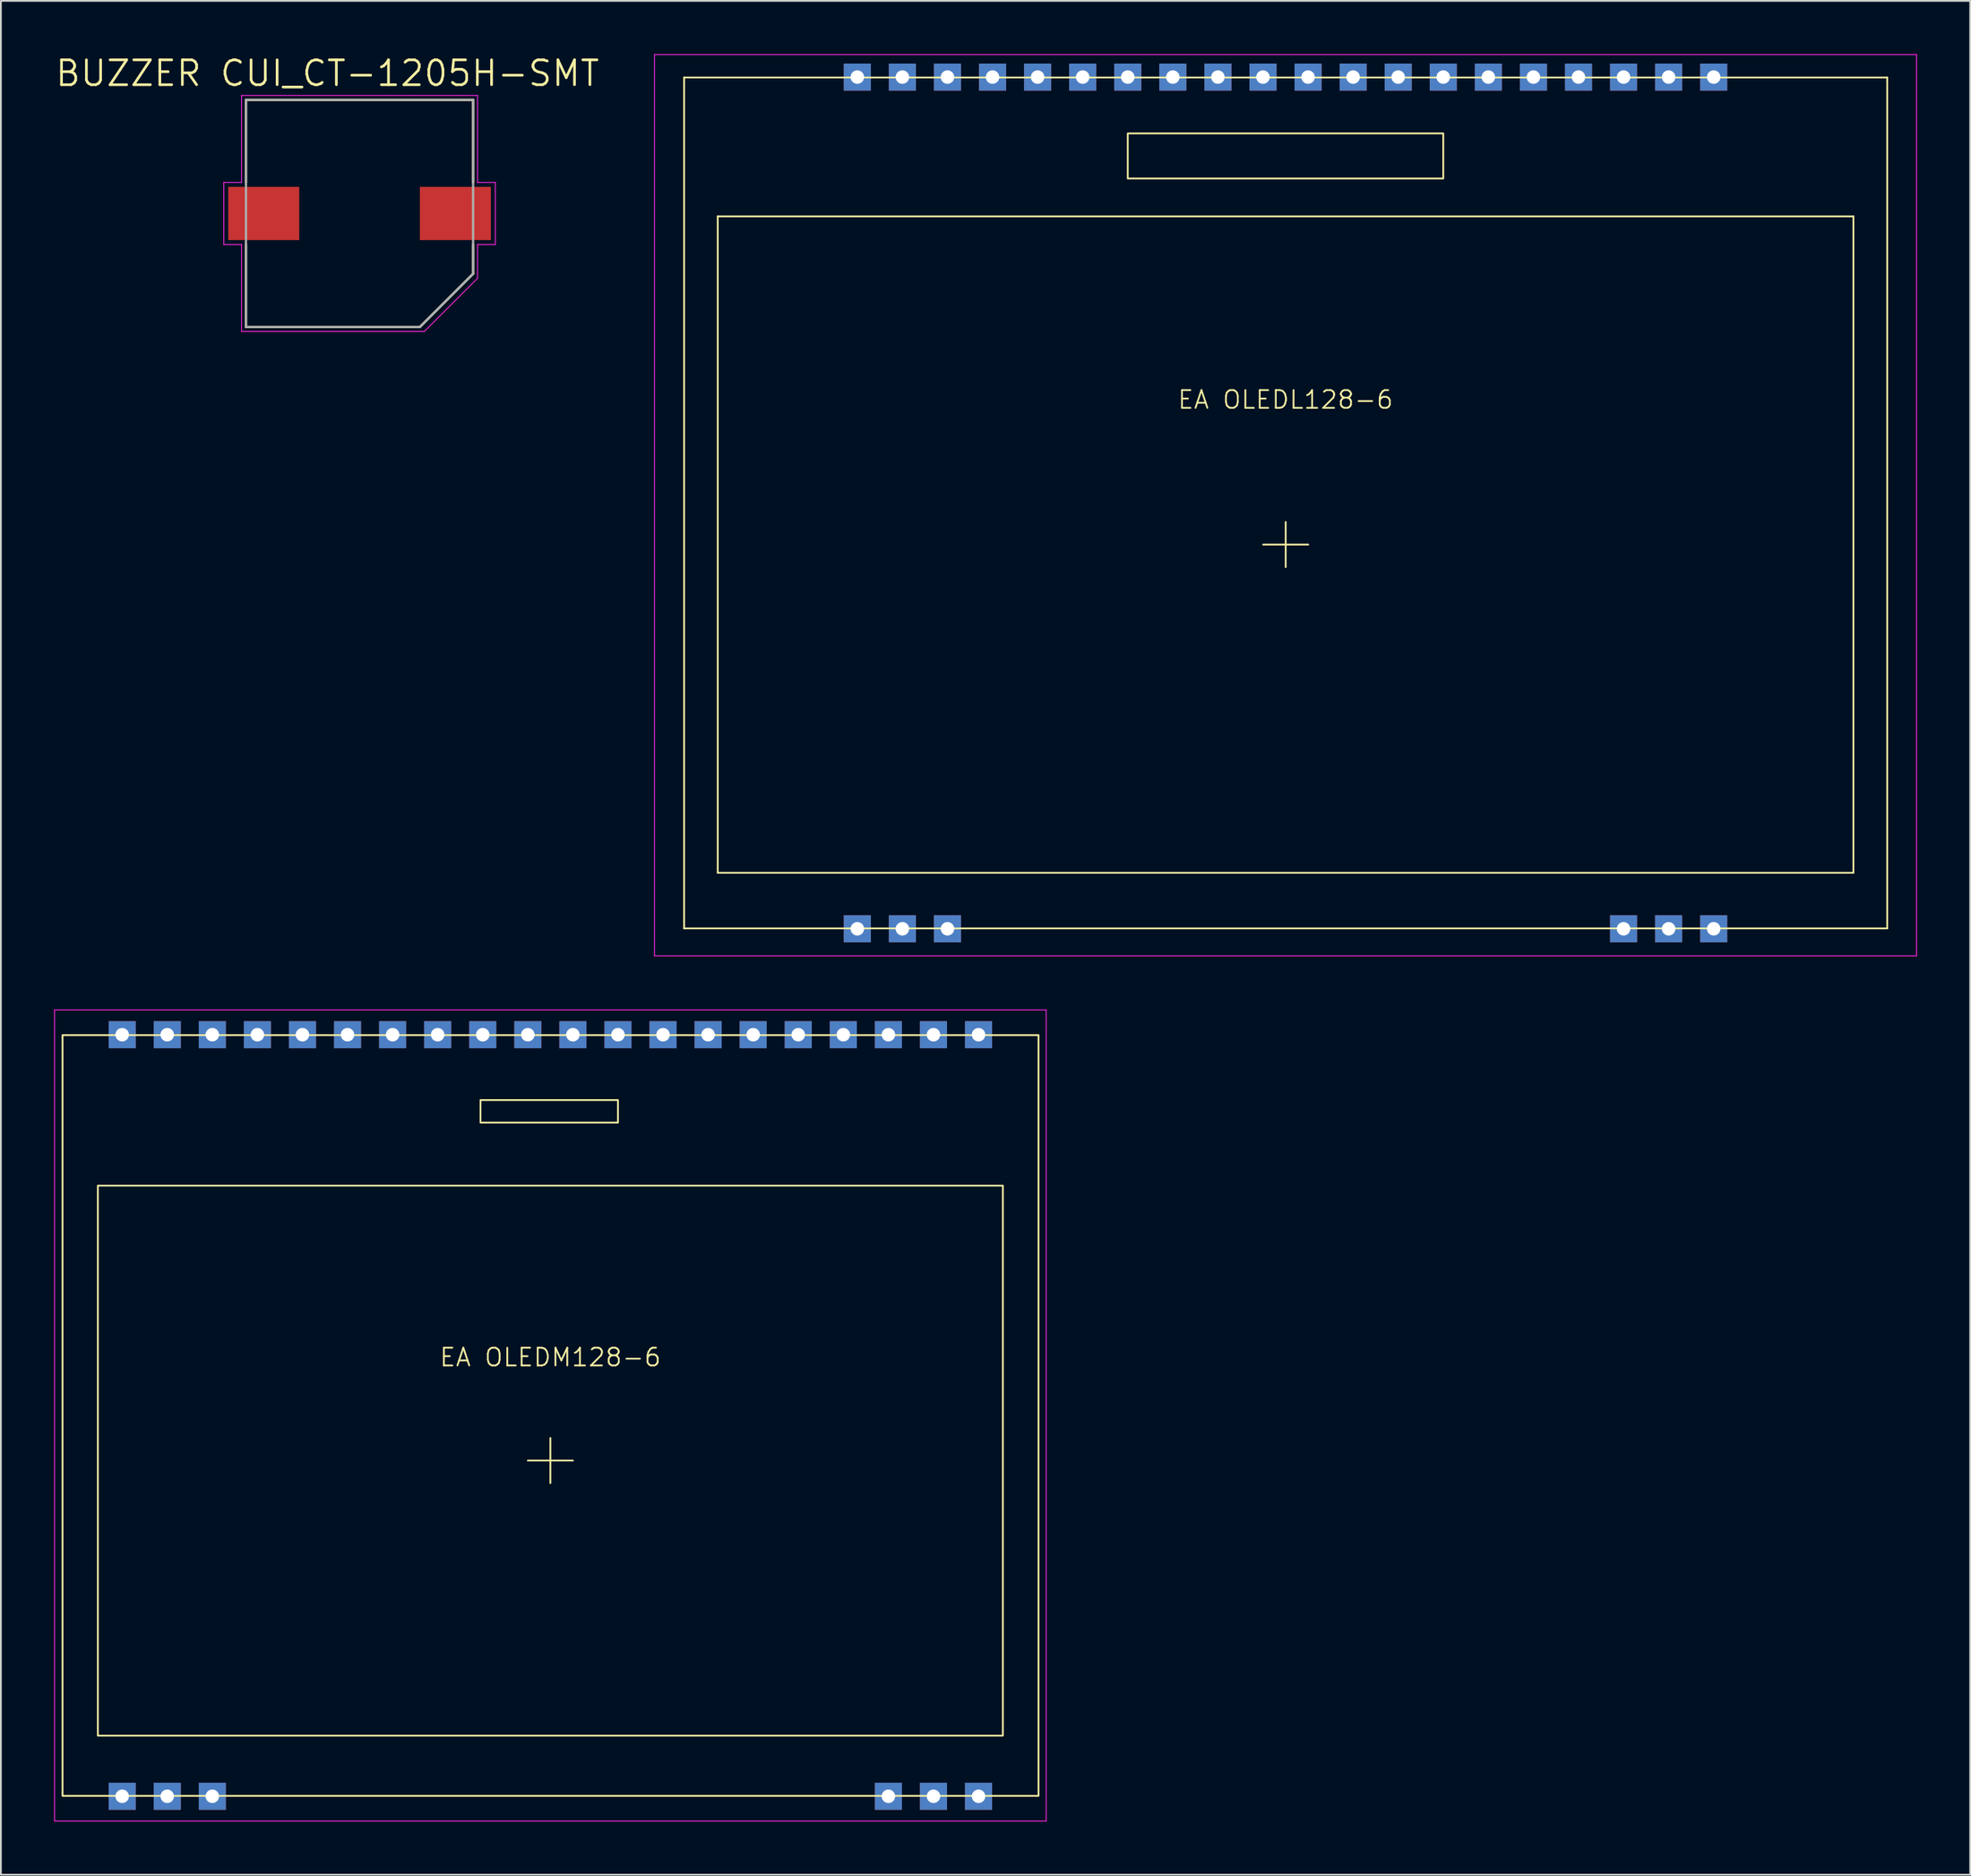
<source format=kicad_pcb>
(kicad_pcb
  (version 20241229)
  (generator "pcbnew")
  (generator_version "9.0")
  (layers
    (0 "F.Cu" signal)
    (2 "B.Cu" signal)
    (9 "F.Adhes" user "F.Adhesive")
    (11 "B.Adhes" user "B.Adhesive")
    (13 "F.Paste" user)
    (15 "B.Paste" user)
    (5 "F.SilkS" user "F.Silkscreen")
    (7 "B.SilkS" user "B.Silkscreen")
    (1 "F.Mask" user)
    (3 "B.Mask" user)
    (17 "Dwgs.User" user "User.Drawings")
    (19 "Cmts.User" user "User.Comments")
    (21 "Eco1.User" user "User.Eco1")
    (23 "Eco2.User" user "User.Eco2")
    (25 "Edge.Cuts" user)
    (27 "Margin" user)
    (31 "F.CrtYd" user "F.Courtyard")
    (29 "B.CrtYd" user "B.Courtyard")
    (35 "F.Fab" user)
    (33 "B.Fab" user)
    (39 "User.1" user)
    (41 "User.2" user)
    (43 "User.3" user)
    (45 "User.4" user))
  (footprint "EA OLEDM128-6"
    (layer "F.Cu")
    (at 27.965 79.275)
    (property "Reference" "EA OLEDM128-6" (at 0 -5.818 0) (unlocked yes) (layer "F.SilkS") (effects (font (size 1 1) (thickness 0.1))))
    (attr through_hole)
    (fp_line (start -1.27 0) (end 1.27 0) (stroke (width 0.1) (type default)) (layer "F.SilkS"))
    (fp_line (start 0 -1.27) (end 0 1.27) (stroke (width 0.1) (type default)) (layer "F.SilkS"))
    (fp_rect (start -27.491 -23.98) (end 27.509 18.9) (stroke (width 0.1) (type default)) (fill no) (layer "F.SilkS"))
    (fp_rect (start -25.5 -15.494) (end 25.5 15.506) (stroke (width 0.1) (type default)) (fill no) (layer "F.SilkS"))
    (fp_rect (start -3.937 -20.32) (end 3.81 -19.05) (stroke (width 0.1) (type default)) (fill no) (layer "F.SilkS"))
    (fp_line (start -27.94 -25.4) (end 27.94 -25.4) (stroke (width 0.05) (type default)) (layer "F.CrtYd"))
    (fp_line (start -27.94 20.32) (end -27.94 -25.4) (stroke (width 0.05) (type default)) (layer "F.CrtYd"))
    (fp_line (start 27.94 -25.4) (end 27.94 20.32) (stroke (width 0.05) (type default)) (layer "F.CrtYd"))
    (fp_line (start 27.94 20.32) (end -27.94 20.32) (stroke (width 0.05) (type default)) (layer "F.CrtYd"))
    (pad "1" thru_hole rect (at -24.13 18.923) (size 1.524 1.524) (drill 0.762) (layers "*.Cu" "*.Mask"))
    (pad "2" thru_hole rect (at -21.59 18.923) (size 1.524 1.524) (drill 0.762) (layers "*.Cu" "*.Mask"))
    (pad "3" thru_hole rect (at -19.05 18.923) (size 1.524 1.524) (drill 0.762) (layers "*.Cu" "*.Mask"))
    (pad "18" thru_hole rect (at 19.05 18.923) (size 1.524 1.524) (drill 0.762) (layers "*.Cu" "*.Mask"))
    (pad "19" thru_hole rect (at 21.59 18.923) (size 1.524 1.524) (drill 0.762) (layers "*.Cu" "*.Mask"))
    (pad "20" thru_hole rect (at 24.13 18.923) (size 1.524 1.524) (drill 0.762) (layers "*.Cu" "*.Mask"))
    (pad "21" thru_hole rect (at 24.13 -24.003) (size 1.524 1.524) (drill 0.762) (layers "*.Cu" "*.Mask"))
    (pad "22" thru_hole rect (at 21.59 -24.003) (size 1.524 1.524) (drill 0.762) (layers "*.Cu" "*.Mask"))
    (pad "23" thru_hole rect (at 19.05 -24.003) (size 1.524 1.524) (drill 0.762) (layers "*.Cu" "*.Mask"))
    (pad "24" thru_hole rect (at 16.51 -24.003) (size 1.524 1.524) (drill 0.762) (layers "*.Cu" "*.Mask"))
    (pad "25" thru_hole rect (at 13.97 -24.003) (size 1.524 1.524) (drill 0.762) (layers "*.Cu" "*.Mask"))
    (pad "26" thru_hole rect (at 11.43 -24.003) (size 1.524 1.524) (drill 0.762) (layers "*.Cu" "*.Mask"))
    (pad "27" thru_hole rect (at 8.89 -24.003) (size 1.524 1.524) (drill 0.762) (layers "*.Cu" "*.Mask"))
    (pad "28" thru_hole rect (at 6.35 -24.003) (size 1.524 1.524) (drill 0.762) (layers "*.Cu" "*.Mask"))
    (pad "29" thru_hole rect (at 3.81 -24.003) (size 1.524 1.524) (drill 0.762) (layers "*.Cu" "*.Mask"))
    (pad "30" thru_hole rect (at 1.27 -24.003) (size 1.524 1.524) (drill 0.762) (layers "*.Cu" "*.Mask"))
    (pad "31" thru_hole rect (at -1.27 -24.003) (size 1.524 1.524) (drill 0.762) (layers "*.Cu" "*.Mask"))
    (pad "32" thru_hole rect (at -3.81 -24.003) (size 1.524 1.524) (drill 0.762) (layers "*.Cu" "*.Mask"))
    (pad "33" thru_hole rect (at -6.35 -24.003) (size 1.524 1.524) (drill 0.762) (layers "*.Cu" "*.Mask"))
    (pad "34" thru_hole rect (at -8.89 -24.003) (size 1.524 1.524) (drill 0.762) (layers "*.Cu" "*.Mask"))
    (pad "35" thru_hole rect (at -11.43 -24.003) (size 1.524 1.524) (drill 0.762) (layers "*.Cu" "*.Mask"))
    (pad "36" thru_hole rect (at -13.97 -24.003) (size 1.524 1.524) (drill 0.762) (layers "*.Cu" "*.Mask"))
    (pad "37" thru_hole rect (at -16.51 -24.003) (size 1.524 1.524) (drill 0.762) (layers "*.Cu" "*.Mask"))
    (pad "38" thru_hole rect (at -19.05 -24.003) (size 1.524 1.524) (drill 0.762) (layers "*.Cu" "*.Mask"))
    (pad "39" thru_hole rect (at -21.59 -24.003) (size 1.524 1.524) (drill 0.762) (layers "*.Cu" "*.Mask"))
    (pad "40" thru_hole rect (at -24.13 -24.003) (size 1.524 1.524) (drill 0.762) (layers "*.Cu" "*.Mask")))
  (footprint "EA OLEDL128-6"
    (layer "F.Cu")
    (at 69.394 25.425)
    (property "Reference" "EA OLEDL128-6" (at 0 -5.945 0) (unlocked yes) (layer "F.SilkS") (effects (font (size 1 1) (thickness 0.1))))
    (attr through_hole)
    (fp_line (start -33.891 -24.107) (end 33.909 -24.107) (stroke (width 0.1) (type default)) (layer "F.SilkS"))
    (fp_line (start -33.891 23.853) (end -33.891 -24.107) (stroke (width 0.1) (type default)) (layer "F.SilkS"))
    (fp_line (start -31.996 -16.28) (end 32.004 -16.28) (stroke (width 0.1) (type default)) (layer "F.SilkS"))
    (fp_line (start -31.996 20.72) (end -31.996 -16.28) (stroke (width 0.1) (type default)) (layer "F.SilkS"))
    (fp_line (start -1.26 2.22) (end 1.28 2.22) (stroke (width 0.1) (type default)) (layer "F.SilkS"))
    (fp_line (start 0.01 0.95) (end 0.01 3.49) (stroke (width 0.1) (type default)) (layer "F.SilkS"))
    (fp_line (start 32.004 -16.28) (end 32.004 20.72) (stroke (width 0.1) (type default)) (layer "F.SilkS"))
    (fp_line (start 32.004 20.72) (end -31.996 20.72) (stroke (width 0.1) (type default)) (layer "F.SilkS"))
    (fp_line (start 33.909 -24.107) (end 33.909 23.853) (stroke (width 0.1) (type default)) (layer "F.SilkS"))
    (fp_line (start 33.909 23.853) (end -33.891 23.853) (stroke (width 0.1) (type default)) (layer "F.SilkS"))
    (fp_rect (start -8.89 -20.955) (end 8.89 -18.415) (stroke (width 0.1) (type default)) (fill no) (layer "F.SilkS"))
    (fp_line (start -35.56 -25.4) (end 35.56 -25.4) (stroke (width 0.05) (type default)) (layer "F.CrtYd"))
    (fp_line (start -35.56 25.4) (end -35.56 -25.4) (stroke (width 0.05) (type default)) (layer "F.CrtYd"))
    (fp_line (start 35.56 -25.4) (end 35.56 25.4) (stroke (width 0.05) (type default)) (layer "F.CrtYd"))
    (fp_line (start 35.56 25.4) (end -35.56 25.4) (stroke (width 0.05) (type default)) (layer "F.CrtYd"))
    (pad "1" thru_hole rect (at -24.13 23.876) (size 1.524 1.524) (drill 0.762) (layers "*.Cu" "*.Mask"))
    (pad "2" thru_hole rect (at -21.59 23.876) (size 1.524 1.524) (drill 0.762) (layers "*.Cu" "*.Mask"))
    (pad "3" thru_hole rect (at -19.05 23.876) (size 1.524 1.524) (drill 0.762) (layers "*.Cu" "*.Mask"))
    (pad "18" thru_hole rect (at 19.05 23.876) (size 1.524 1.524) (drill 0.762) (layers "*.Cu" "*.Mask"))
    (pad "19" thru_hole rect (at 21.59 23.876) (size 1.524 1.524) (drill 0.762) (layers "*.Cu" "*.Mask"))
    (pad "20" thru_hole rect (at 24.13 23.876) (size 1.524 1.524) (drill 0.762) (layers "*.Cu" "*.Mask"))
    (pad "21" thru_hole rect (at 24.13 -24.13) (size 1.524 1.524) (drill 0.762) (layers "*.Cu" "*.Mask"))
    (pad "22" thru_hole rect (at 21.59 -24.13) (size 1.524 1.524) (drill 0.762) (layers "*.Cu" "*.Mask"))
    (pad "23" thru_hole rect (at 19.05 -24.13) (size 1.524 1.524) (drill 0.762) (layers "*.Cu" "*.Mask"))
    (pad "24" thru_hole rect (at 16.51 -24.13) (size 1.524 1.524) (drill 0.762) (layers "*.Cu" "*.Mask"))
    (pad "25" thru_hole rect (at 13.97 -24.13) (size 1.524 1.524) (drill 0.762) (layers "*.Cu" "*.Mask"))
    (pad "26" thru_hole rect (at 11.43 -24.13) (size 1.524 1.524) (drill 0.762) (layers "*.Cu" "*.Mask"))
    (pad "27" thru_hole rect (at 8.89 -24.13) (size 1.524 1.524) (drill 0.762) (layers "*.Cu" "*.Mask"))
    (pad "28" thru_hole rect (at 6.35 -24.13) (size 1.524 1.524) (drill 0.762) (layers "*.Cu" "*.Mask"))
    (pad "29" thru_hole rect (at 3.81 -24.13) (size 1.524 1.524) (drill 0.762) (layers "*.Cu" "*.Mask"))
    (pad "30" thru_hole rect (at 1.27 -24.13) (size 1.524 1.524) (drill 0.762) (layers "*.Cu" "*.Mask"))
    (pad "31" thru_hole rect (at -1.27 -24.13) (size 1.524 1.524) (drill 0.762) (layers "*.Cu" "*.Mask"))
    (pad "32" thru_hole rect (at -3.81 -24.13) (size 1.524 1.524) (drill 0.762) (layers "*.Cu" "*.Mask"))
    (pad "33" thru_hole rect (at -6.35 -24.13) (size 1.524 1.524) (drill 0.762) (layers "*.Cu" "*.Mask"))
    (pad "34" thru_hole rect (at -8.89 -24.13) (size 1.524 1.524) (drill 0.762) (layers "*.Cu" "*.Mask"))
    (pad "35" thru_hole rect (at -11.43 -24.13) (size 1.524 1.524) (drill 0.762) (layers "*.Cu" "*.Mask"))
    (pad "36" thru_hole rect (at -13.97 -24.13) (size 1.524 1.524) (drill 0.762) (layers "*.Cu" "*.Mask"))
    (pad "37" thru_hole rect (at -16.51 -24.13) (size 1.524 1.524) (drill 0.762) (layers "*.Cu" "*.Mask"))
    (pad "38" thru_hole rect (at -19.05 -24.13) (size 1.524 1.524) (drill 0.762) (layers "*.Cu" "*.Mask"))
    (pad "39" thru_hole rect (at -21.59 -24.13) (size 1.524 1.524) (drill 0.762) (layers "*.Cu" "*.Mask"))
    (pad "40" thru_hole rect (at -24.13 -24.13) (size 1.524 1.524) (drill 0.762) (layers "*.Cu" "*.Mask")))
  (footprint "BUZZER CUI_CT-1205H-SMT"
    (layer "F.Cu")
    (at 17.212 8.982)
    (property "Reference" "BUZZER CUI_CT-1205H-SMT" (at -1.807 -7.899 0) (layer "F.SilkS") (effects (font (size 1.402 1.402) (thickness 0.15))))
    (attr smd)
    (fp_line (start -6.4 -6.4) (end 6.4 -6.4) (stroke (width 0.127) (type solid)) (layer "F.SilkS"))
    (fp_line (start -6.4 -1.75) (end -6.4 -6.4) (stroke (width 0.127) (type solid)) (layer "F.SilkS"))
    (fp_line (start -6.4 6.4) (end -6.4 1.75) (stroke (width 0.127) (type solid)) (layer "F.SilkS"))
    (fp_line (start 3.4 6.4) (end -6.4 6.4) (stroke (width 0.127) (type solid)) (layer "F.SilkS"))
    (fp_line (start 6.4 -6.4) (end 6.4 -1.75) (stroke (width 0.127) (type solid)) (layer "F.SilkS"))
    (fp_line (start 6.4 1.75) (end 6.4 3.4) (stroke (width 0.127) (type solid)) (layer "F.SilkS"))
    (fp_line (start 6.4 3.4) (end 3.4 6.4) (stroke (width 0.127) (type solid)) (layer "F.SilkS"))
    (fp_line (start -7.65 -1.75) (end -6.65 -1.75) (stroke (width 0.05) (type solid)) (layer "F.CrtYd"))
    (fp_line (start -7.65 1.75) (end -7.65 -1.75) (stroke (width 0.05) (type solid)) (layer "F.CrtYd"))
    (fp_line (start -6.65 -6.65) (end 6.65 -6.65) (stroke (width 0.05) (type solid)) (layer "F.CrtYd"))
    (fp_line (start -6.65 -1.75) (end -6.65 -6.65) (stroke (width 0.05) (type solid)) (layer "F.CrtYd"))
    (fp_line (start -6.65 1.75) (end -7.65 1.75) (stroke (width 0.05) (type solid)) (layer "F.CrtYd"))
    (fp_line (start -6.65 6.65) (end -6.65 1.75) (stroke (width 0.05) (type solid)) (layer "F.CrtYd"))
    (fp_line (start 3.65 6.65) (end -6.65 6.65) (stroke (width 0.05) (type solid)) (layer "F.CrtYd"))
    (fp_line (start 6.65 -6.65) (end 6.65 -1.75) (stroke (width 0.05) (type solid)) (layer "F.CrtYd"))
    (fp_line (start 6.65 -1.75) (end 7.65 -1.75) (stroke (width 0.05) (type solid)) (layer "F.CrtYd"))
    (fp_line (start 6.65 1.75) (end 6.65 3.65) (stroke (width 0.05) (type solid)) (layer "F.CrtYd"))
    (fp_line (start 6.65 3.65) (end 3.65 6.65) (stroke (width 0.05) (type solid)) (layer "F.CrtYd"))
    (fp_line (start 7.65 -1.75) (end 7.65 1.75) (stroke (width 0.05) (type solid)) (layer "F.CrtYd"))
    (fp_line (start 7.65 1.75) (end 6.65 1.75) (stroke (width 0.05) (type solid)) (layer "F.CrtYd"))
    (fp_line (start -6.4 -6.4) (end 6.4 -6.4) (stroke (width 0.127) (type solid)) (layer "F.Fab"))
    (fp_line (start -6.4 6.4) (end -6.4 -6.4) (stroke (width 0.127) (type solid)) (layer "F.Fab"))
    (fp_line (start 3.4 6.4) (end -6.4 6.4) (stroke (width 0.127) (type solid)) (layer "F.Fab"))
    (fp_line (start 6.4 -6.4) (end 6.4 3.4) (stroke (width 0.127) (type solid)) (layer "F.Fab"))
    (fp_line (start 6.4 3.4) (end 3.4 6.4) (stroke (width 0.127) (type solid)) (layer "F.Fab"))
    (pad "1" smd rect (at 5.4 0) (size 4 3) (layers "F.Cu" "F.Mask" "F.Paste"))
    (pad "2" smd rect (at -5.4 0) (size 4 3) (layers "F.Cu" "F.Mask" "F.Paste")))
  (gr_rect
    (start -3 -3)
    (end 107.979 102.62)
    (stroke (width 0.1) (type default))
    (fill no)
    (layer "Edge.Cuts")))
</source>
